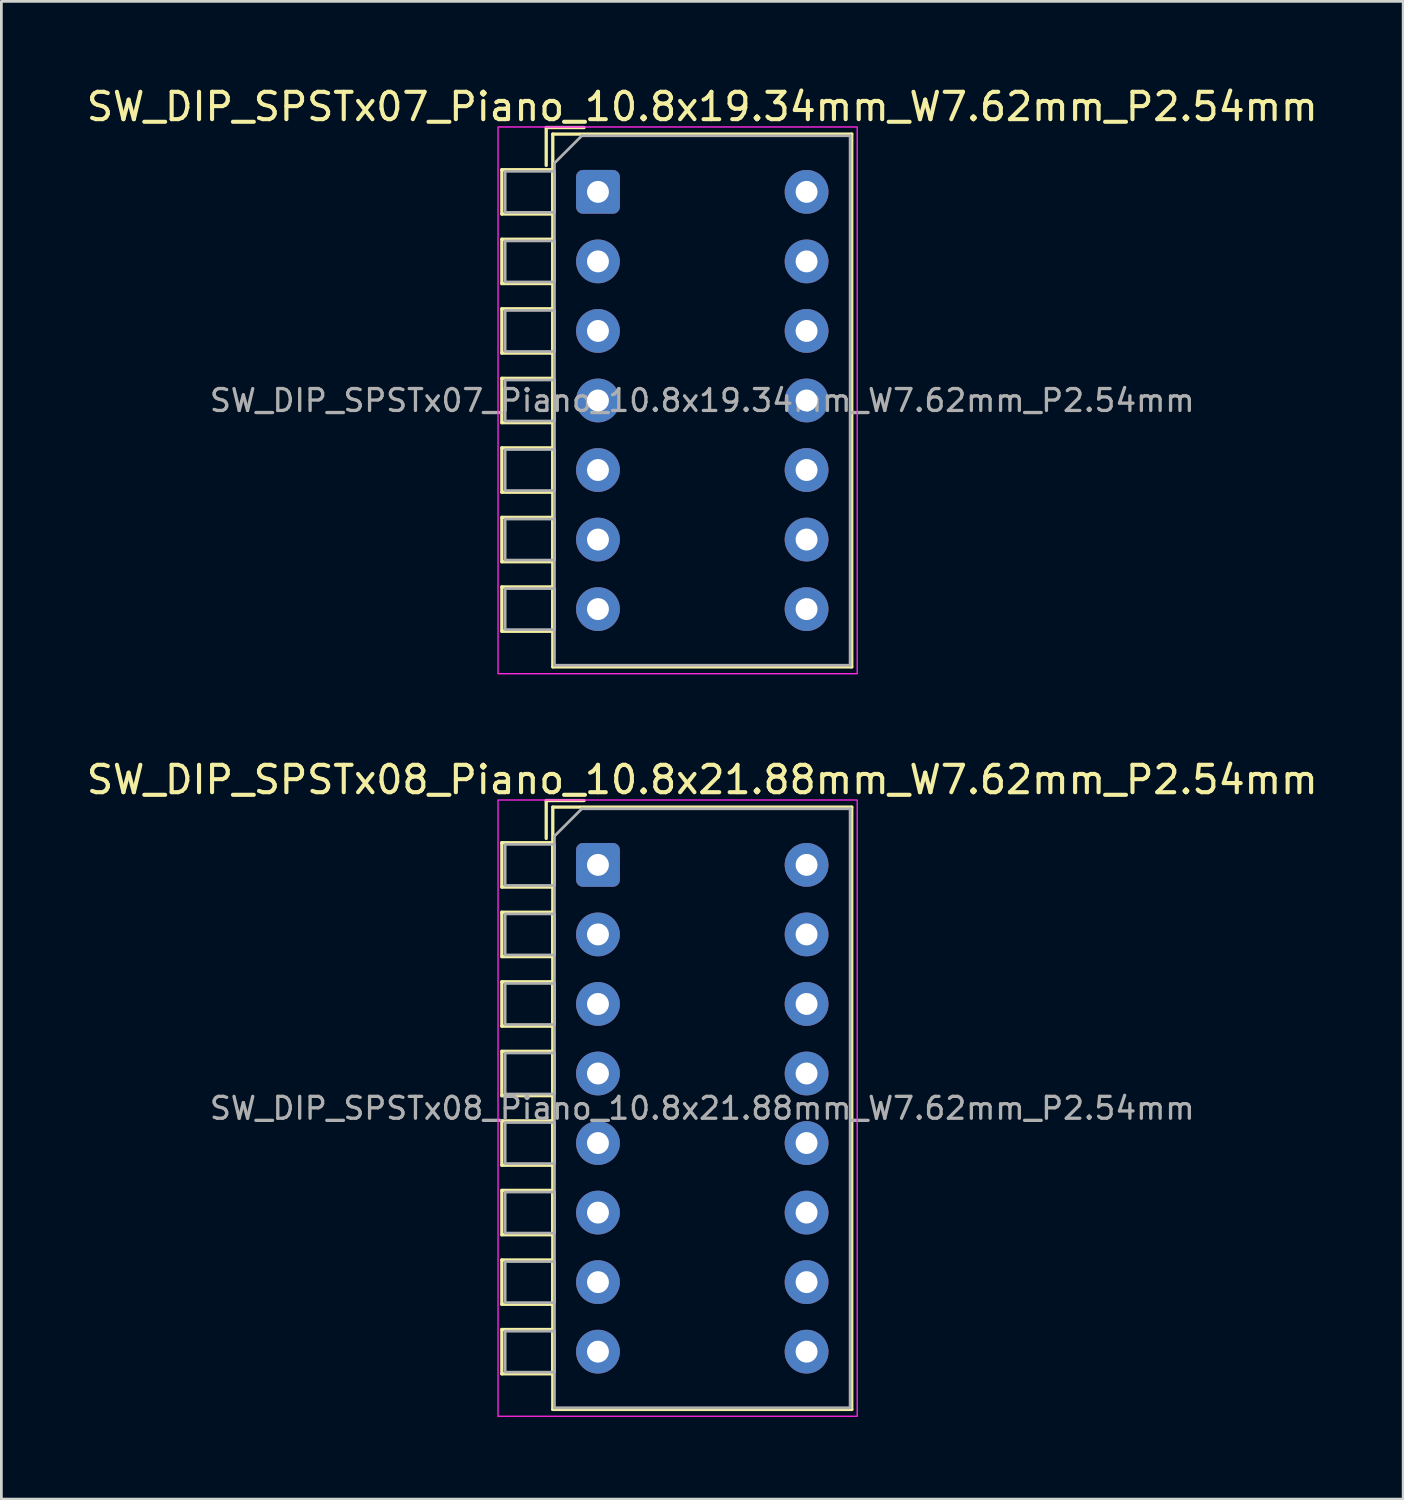
<source format=kicad_pcb>
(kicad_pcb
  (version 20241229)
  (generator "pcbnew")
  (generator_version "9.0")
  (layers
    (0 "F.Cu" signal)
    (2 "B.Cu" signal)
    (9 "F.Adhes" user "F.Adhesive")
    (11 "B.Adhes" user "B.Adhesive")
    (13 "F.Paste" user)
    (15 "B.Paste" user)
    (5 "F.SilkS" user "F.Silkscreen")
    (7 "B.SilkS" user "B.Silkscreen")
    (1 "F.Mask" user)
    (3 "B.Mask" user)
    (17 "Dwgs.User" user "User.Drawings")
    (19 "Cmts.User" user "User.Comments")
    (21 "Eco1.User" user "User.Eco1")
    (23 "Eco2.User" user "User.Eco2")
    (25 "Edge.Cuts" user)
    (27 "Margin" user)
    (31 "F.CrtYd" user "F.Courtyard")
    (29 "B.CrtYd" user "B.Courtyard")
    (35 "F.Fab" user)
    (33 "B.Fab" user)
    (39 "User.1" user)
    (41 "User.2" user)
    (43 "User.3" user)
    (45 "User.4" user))
  (footprint "SW_DIP_SPSTx08_Piano_10.8x21.88mm_W7.62mm_P2.54mm"
    (layer "F.Cu")
    (at 18.791 28.541)
    (property "Reference" "SW_DIP_SPSTx08_Piano_10.8x21.88mm_W7.62mm_P2.54mm" (at 3.81 -3.11 0) (layer "F.SilkS") (effects (font (size 1 1) (thickness 0.15))))
    (attr through_hole)
    (fp_line (start -3.51 -0.81) (end -3.51 0.81) (stroke (width 0.12) (type solid)) (layer "F.SilkS"))
    (fp_line (start -3.51 -0.81) (end -1.65 -0.81) (stroke (width 0.12) (type solid)) (layer "F.SilkS"))
    (fp_line (start -3.51 0.81) (end -1.65 0.81) (stroke (width 0.12) (type solid)) (layer "F.SilkS"))
    (fp_line (start -3.51 1.73) (end -3.51 3.35) (stroke (width 0.12) (type solid)) (layer "F.SilkS"))
    (fp_line (start -3.51 1.73) (end -1.65 1.73) (stroke (width 0.12) (type solid)) (layer "F.SilkS"))
    (fp_line (start -3.51 3.35) (end -1.65 3.35) (stroke (width 0.12) (type solid)) (layer "F.SilkS"))
    (fp_line (start -3.51 4.27) (end -3.51 5.89) (stroke (width 0.12) (type solid)) (layer "F.SilkS"))
    (fp_line (start -3.51 4.27) (end -1.65 4.27) (stroke (width 0.12) (type solid)) (layer "F.SilkS"))
    (fp_line (start -3.51 5.89) (end -1.65 5.89) (stroke (width 0.12) (type solid)) (layer "F.SilkS"))
    (fp_line (start -3.51 6.81) (end -3.51 8.43) (stroke (width 0.12) (type solid)) (layer "F.SilkS"))
    (fp_line (start -3.51 6.81) (end -1.65 6.81) (stroke (width 0.12) (type solid)) (layer "F.SilkS"))
    (fp_line (start -3.51 8.43) (end -1.65 8.43) (stroke (width 0.12) (type solid)) (layer "F.SilkS"))
    (fp_line (start -3.51 9.35) (end -3.51 10.97) (stroke (width 0.12) (type solid)) (layer "F.SilkS"))
    (fp_line (start -3.51 9.35) (end -1.65 9.35) (stroke (width 0.12) (type solid)) (layer "F.SilkS"))
    (fp_line (start -3.51 10.97) (end -1.65 10.97) (stroke (width 0.12) (type solid)) (layer "F.SilkS"))
    (fp_line (start -3.51 11.89) (end -3.51 13.51) (stroke (width 0.12) (type solid)) (layer "F.SilkS"))
    (fp_line (start -3.51 11.89) (end -1.65 11.89) (stroke (width 0.12) (type solid)) (layer "F.SilkS"))
    (fp_line (start -3.51 13.51) (end -1.65 13.51) (stroke (width 0.12) (type solid)) (layer "F.SilkS"))
    (fp_line (start -3.51 14.43) (end -3.51 16.05) (stroke (width 0.12) (type solid)) (layer "F.SilkS"))
    (fp_line (start -3.51 14.43) (end -1.65 14.43) (stroke (width 0.12) (type solid)) (layer "F.SilkS"))
    (fp_line (start -3.51 16.05) (end -1.65 16.05) (stroke (width 0.12) (type solid)) (layer "F.SilkS"))
    (fp_line (start -3.51 16.97) (end -3.51 18.59) (stroke (width 0.12) (type solid)) (layer "F.SilkS"))
    (fp_line (start -3.51 16.97) (end -1.65 16.97) (stroke (width 0.12) (type solid)) (layer "F.SilkS"))
    (fp_line (start -3.51 18.59) (end -1.65 18.59) (stroke (width 0.12) (type solid)) (layer "F.SilkS"))
    (fp_line (start -1.89 -2.35) (end -1.89 -0.967) (stroke (width 0.12) (type solid)) (layer "F.SilkS"))
    (fp_line (start -1.89 -2.35) (end -0.507 -2.35) (stroke (width 0.12) (type solid)) (layer "F.SilkS"))
    (fp_line (start -1.65 -2.11) (end -1.65 19.89) (stroke (width 0.12) (type solid)) (layer "F.SilkS"))
    (fp_line (start -1.65 -2.11) (end 9.27 -2.11) (stroke (width 0.12) (type solid)) (layer "F.SilkS"))
    (fp_line (start -1.65 -0.81) (end -1.65 0.81) (stroke (width 0.12) (type solid)) (layer "F.SilkS"))
    (fp_line (start -1.65 1.73) (end -1.65 3.35) (stroke (width 0.12) (type solid)) (layer "F.SilkS"))
    (fp_line (start -1.65 4.27) (end -1.65 5.89) (stroke (width 0.12) (type solid)) (layer "F.SilkS"))
    (fp_line (start -1.65 6.81) (end -1.65 8.43) (stroke (width 0.12) (type solid)) (layer "F.SilkS"))
    (fp_line (start -1.65 9.35) (end -1.65 10.97) (stroke (width 0.12) (type solid)) (layer "F.SilkS"))
    (fp_line (start -1.65 11.89) (end -1.65 13.51) (stroke (width 0.12) (type solid)) (layer "F.SilkS"))
    (fp_line (start -1.65 14.43) (end -1.65 16.05) (stroke (width 0.12) (type solid)) (layer "F.SilkS"))
    (fp_line (start -1.65 16.97) (end -1.65 18.59) (stroke (width 0.12) (type solid)) (layer "F.SilkS"))
    (fp_line (start -1.65 19.89) (end 9.27 19.89) (stroke (width 0.12) (type solid)) (layer "F.SilkS"))
    (fp_line (start 9.27 -2.11) (end 9.27 19.89) (stroke (width 0.12) (type solid)) (layer "F.SilkS"))
    (fp_rect (start -3.65 -2.37) (end 9.47 20.14) (stroke (width 0.05) (type solid)) (fill no) (layer "F.CrtYd"))
    (fp_line (start -1.59 -1.05) (end -0.59 -2.05) (stroke (width 0.1) (type solid)) (layer "F.Fab"))
    (fp_line (start -1.59 19.83) (end -1.59 -1.05) (stroke (width 0.1) (type solid)) (layer "F.Fab"))
    (fp_line (start -0.59 -2.05) (end 9.21 -2.05) (stroke (width 0.1) (type solid)) (layer "F.Fab"))
    (fp_line (start 9.21 -2.05) (end 9.21 19.83) (stroke (width 0.1) (type solid)) (layer "F.Fab"))
    (fp_line (start 9.21 19.83) (end -1.59 19.83) (stroke (width 0.1) (type solid)) (layer "F.Fab"))
    (fp_rect (start -1.59 -0.75) (end -3.39 0.75) (stroke (width 0.1) (type solid)) (fill no) (layer "F.Fab"))
    (fp_rect (start -1.59 1.79) (end -3.39 3.29) (stroke (width 0.1) (type solid)) (fill no) (layer "F.Fab"))
    (fp_rect (start -1.59 4.33) (end -3.39 5.83) (stroke (width 0.1) (type solid)) (fill no) (layer "F.Fab"))
    (fp_rect (start -1.59 6.87) (end -3.39 8.37) (stroke (width 0.1) (type solid)) (fill no) (layer "F.Fab"))
    (fp_rect (start -1.59 9.41) (end -3.39 10.91) (stroke (width 0.1) (type solid)) (fill no) (layer "F.Fab"))
    (fp_rect (start -1.59 11.95) (end -3.39 13.45) (stroke (width 0.1) (type solid)) (fill no) (layer "F.Fab"))
    (fp_rect (start -1.59 14.49) (end -3.39 15.99) (stroke (width 0.1) (type solid)) (fill no) (layer "F.Fab"))
    (fp_rect (start -1.59 17.03) (end -3.39 18.53) (stroke (width 0.1) (type solid)) (fill no) (layer "F.Fab"))
    (fp_text user "${REFERENCE}" (at 3.81 8.89 0) (layer "F.Fab") (effects (font (size 0.8 0.8) (thickness 0.12))))
    (pad "1" thru_hole roundrect (at 0 0) (size 1.6 1.6) (drill 0.8) (layers "*.Cu" "*.Mask") (roundrect_rratio 0.156))
    (pad "2" thru_hole circle (at 0 2.54) (size 1.6 1.6) (drill 0.8) (layers "*.Cu" "*.Mask"))
    (pad "3" thru_hole circle (at 0 5.08) (size 1.6 1.6) (drill 0.8) (layers "*.Cu" "*.Mask"))
    (pad "4" thru_hole circle (at 0 7.62) (size 1.6 1.6) (drill 0.8) (layers "*.Cu" "*.Mask"))
    (pad "5" thru_hole circle (at 0 10.16) (size 1.6 1.6) (drill 0.8) (layers "*.Cu" "*.Mask"))
    (pad "6" thru_hole circle (at 0 12.7) (size 1.6 1.6) (drill 0.8) (layers "*.Cu" "*.Mask"))
    (pad "7" thru_hole circle (at 0 15.24) (size 1.6 1.6) (drill 0.8) (layers "*.Cu" "*.Mask"))
    (pad "8" thru_hole circle (at 0 17.78) (size 1.6 1.6) (drill 0.8) (layers "*.Cu" "*.Mask"))
    (pad "9" thru_hole circle (at 7.62 17.78) (size 1.6 1.6) (drill 0.8) (layers "*.Cu" "*.Mask"))
    (pad "10" thru_hole circle (at 7.62 15.24) (size 1.6 1.6) (drill 0.8) (layers "*.Cu" "*.Mask"))
    (pad "11" thru_hole circle (at 7.62 12.7) (size 1.6 1.6) (drill 0.8) (layers "*.Cu" "*.Mask"))
    (pad "12" thru_hole circle (at 7.62 10.16) (size 1.6 1.6) (drill 0.8) (layers "*.Cu" "*.Mask"))
    (pad "13" thru_hole circle (at 7.62 7.62) (size 1.6 1.6) (drill 0.8) (layers "*.Cu" "*.Mask"))
    (pad "14" thru_hole circle (at 7.62 5.08) (size 1.6 1.6) (drill 0.8) (layers "*.Cu" "*.Mask"))
    (pad "15" thru_hole circle (at 7.62 2.54) (size 1.6 1.6) (drill 0.8) (layers "*.Cu" "*.Mask"))
    (pad "16" thru_hole circle (at 7.62 0) (size 1.6 1.6) (drill 0.8) (layers "*.Cu" "*.Mask")))
  (footprint "SW_DIP_SPSTx07_Piano_10.8x19.34mm_W7.62mm_P2.54mm"
    (layer "F.Cu")
    (at 18.791 3.958)
    (property "Reference" "SW_DIP_SPSTx07_Piano_10.8x19.34mm_W7.62mm_P2.54mm" (at 3.81 -3.11 0) (layer "F.SilkS") (effects (font (size 1 1) (thickness 0.15))))
    (attr through_hole)
    (fp_line (start -3.51 -0.81) (end -3.51 0.81) (stroke (width 0.12) (type solid)) (layer "F.SilkS"))
    (fp_line (start -3.51 -0.81) (end -1.65 -0.81) (stroke (width 0.12) (type solid)) (layer "F.SilkS"))
    (fp_line (start -3.51 0.81) (end -1.65 0.81) (stroke (width 0.12) (type solid)) (layer "F.SilkS"))
    (fp_line (start -3.51 1.73) (end -3.51 3.35) (stroke (width 0.12) (type solid)) (layer "F.SilkS"))
    (fp_line (start -3.51 1.73) (end -1.65 1.73) (stroke (width 0.12) (type solid)) (layer "F.SilkS"))
    (fp_line (start -3.51 3.35) (end -1.65 3.35) (stroke (width 0.12) (type solid)) (layer "F.SilkS"))
    (fp_line (start -3.51 4.27) (end -3.51 5.89) (stroke (width 0.12) (type solid)) (layer "F.SilkS"))
    (fp_line (start -3.51 4.27) (end -1.65 4.27) (stroke (width 0.12) (type solid)) (layer "F.SilkS"))
    (fp_line (start -3.51 5.89) (end -1.65 5.89) (stroke (width 0.12) (type solid)) (layer "F.SilkS"))
    (fp_line (start -3.51 6.81) (end -3.51 8.43) (stroke (width 0.12) (type solid)) (layer "F.SilkS"))
    (fp_line (start -3.51 6.81) (end -1.65 6.81) (stroke (width 0.12) (type solid)) (layer "F.SilkS"))
    (fp_line (start -3.51 8.43) (end -1.65 8.43) (stroke (width 0.12) (type solid)) (layer "F.SilkS"))
    (fp_line (start -3.51 9.35) (end -3.51 10.97) (stroke (width 0.12) (type solid)) (layer "F.SilkS"))
    (fp_line (start -3.51 9.35) (end -1.65 9.35) (stroke (width 0.12) (type solid)) (layer "F.SilkS"))
    (fp_line (start -3.51 10.97) (end -1.65 10.97) (stroke (width 0.12) (type solid)) (layer "F.SilkS"))
    (fp_line (start -3.51 11.89) (end -3.51 13.51) (stroke (width 0.12) (type solid)) (layer "F.SilkS"))
    (fp_line (start -3.51 11.89) (end -1.65 11.89) (stroke (width 0.12) (type solid)) (layer "F.SilkS"))
    (fp_line (start -3.51 13.51) (end -1.65 13.51) (stroke (width 0.12) (type solid)) (layer "F.SilkS"))
    (fp_line (start -3.51 14.43) (end -3.51 16.05) (stroke (width 0.12) (type solid)) (layer "F.SilkS"))
    (fp_line (start -3.51 14.43) (end -1.65 14.43) (stroke (width 0.12) (type solid)) (layer "F.SilkS"))
    (fp_line (start -3.51 16.05) (end -1.65 16.05) (stroke (width 0.12) (type solid)) (layer "F.SilkS"))
    (fp_line (start -1.89 -2.35) (end -1.89 -0.967) (stroke (width 0.12) (type solid)) (layer "F.SilkS"))
    (fp_line (start -1.89 -2.35) (end -0.507 -2.35) (stroke (width 0.12) (type solid)) (layer "F.SilkS"))
    (fp_line (start -1.65 -2.11) (end -1.65 17.35) (stroke (width 0.12) (type solid)) (layer "F.SilkS"))
    (fp_line (start -1.65 -2.11) (end 9.27 -2.11) (stroke (width 0.12) (type solid)) (layer "F.SilkS"))
    (fp_line (start -1.65 -0.81) (end -1.65 0.81) (stroke (width 0.12) (type solid)) (layer "F.SilkS"))
    (fp_line (start -1.65 1.73) (end -1.65 3.35) (stroke (width 0.12) (type solid)) (layer "F.SilkS"))
    (fp_line (start -1.65 4.27) (end -1.65 5.89) (stroke (width 0.12) (type solid)) (layer "F.SilkS"))
    (fp_line (start -1.65 6.81) (end -1.65 8.43) (stroke (width 0.12) (type solid)) (layer "F.SilkS"))
    (fp_line (start -1.65 9.35) (end -1.65 10.97) (stroke (width 0.12) (type solid)) (layer "F.SilkS"))
    (fp_line (start -1.65 11.89) (end -1.65 13.51) (stroke (width 0.12) (type solid)) (layer "F.SilkS"))
    (fp_line (start -1.65 14.43) (end -1.65 16.05) (stroke (width 0.12) (type solid)) (layer "F.SilkS"))
    (fp_line (start -1.65 17.35) (end 9.27 17.35) (stroke (width 0.12) (type solid)) (layer "F.SilkS"))
    (fp_line (start 9.27 -2.11) (end 9.27 17.35) (stroke (width 0.12) (type solid)) (layer "F.SilkS"))
    (fp_rect (start -3.65 -2.37) (end 9.47 17.6) (stroke (width 0.05) (type solid)) (fill no) (layer "F.CrtYd"))
    (fp_line (start -1.59 -1.05) (end -0.59 -2.05) (stroke (width 0.1) (type solid)) (layer "F.Fab"))
    (fp_line (start -1.59 17.29) (end -1.59 -1.05) (stroke (width 0.1) (type solid)) (layer "F.Fab"))
    (fp_line (start -0.59 -2.05) (end 9.21 -2.05) (stroke (width 0.1) (type solid)) (layer "F.Fab"))
    (fp_line (start 9.21 -2.05) (end 9.21 17.29) (stroke (width 0.1) (type solid)) (layer "F.Fab"))
    (fp_line (start 9.21 17.29) (end -1.59 17.29) (stroke (width 0.1) (type solid)) (layer "F.Fab"))
    (fp_rect (start -1.59 -0.75) (end -3.39 0.75) (stroke (width 0.1) (type solid)) (fill no) (layer "F.Fab"))
    (fp_rect (start -1.59 1.79) (end -3.39 3.29) (stroke (width 0.1) (type solid)) (fill no) (layer "F.Fab"))
    (fp_rect (start -1.59 4.33) (end -3.39 5.83) (stroke (width 0.1) (type solid)) (fill no) (layer "F.Fab"))
    (fp_rect (start -1.59 6.87) (end -3.39 8.37) (stroke (width 0.1) (type solid)) (fill no) (layer "F.Fab"))
    (fp_rect (start -1.59 9.41) (end -3.39 10.91) (stroke (width 0.1) (type solid)) (fill no) (layer "F.Fab"))
    (fp_rect (start -1.59 11.95) (end -3.39 13.45) (stroke (width 0.1) (type solid)) (fill no) (layer "F.Fab"))
    (fp_rect (start -1.59 14.49) (end -3.39 15.99) (stroke (width 0.1) (type solid)) (fill no) (layer "F.Fab"))
    (fp_text user "${REFERENCE}" (at 3.81 7.62 0) (layer "F.Fab") (effects (font (size 0.8 0.8) (thickness 0.12))))
    (pad "1" thru_hole roundrect (at 0 0) (size 1.6 1.6) (drill 0.8) (layers "*.Cu" "*.Mask") (roundrect_rratio 0.156))
    (pad "2" thru_hole circle (at 0 2.54) (size 1.6 1.6) (drill 0.8) (layers "*.Cu" "*.Mask"))
    (pad "3" thru_hole circle (at 0 5.08) (size 1.6 1.6) (drill 0.8) (layers "*.Cu" "*.Mask"))
    (pad "4" thru_hole circle (at 0 7.62) (size 1.6 1.6) (drill 0.8) (layers "*.Cu" "*.Mask"))
    (pad "5" thru_hole circle (at 0 10.16) (size 1.6 1.6) (drill 0.8) (layers "*.Cu" "*.Mask"))
    (pad "6" thru_hole circle (at 0 12.7) (size 1.6 1.6) (drill 0.8) (layers "*.Cu" "*.Mask"))
    (pad "7" thru_hole circle (at 0 15.24) (size 1.6 1.6) (drill 0.8) (layers "*.Cu" "*.Mask"))
    (pad "8" thru_hole circle (at 7.62 15.24) (size 1.6 1.6) (drill 0.8) (layers "*.Cu" "*.Mask"))
    (pad "9" thru_hole circle (at 7.62 12.7) (size 1.6 1.6) (drill 0.8) (layers "*.Cu" "*.Mask"))
    (pad "10" thru_hole circle (at 7.62 10.16) (size 1.6 1.6) (drill 0.8) (layers "*.Cu" "*.Mask"))
    (pad "11" thru_hole circle (at 7.62 7.62) (size 1.6 1.6) (drill 0.8) (layers "*.Cu" "*.Mask"))
    (pad "12" thru_hole circle (at 7.62 5.08) (size 1.6 1.6) (drill 0.8) (layers "*.Cu" "*.Mask"))
    (pad "13" thru_hole circle (at 7.62 2.54) (size 1.6 1.6) (drill 0.8) (layers "*.Cu" "*.Mask"))
    (pad "14" thru_hole circle (at 7.62 0) (size 1.6 1.6) (drill 0.8) (layers "*.Cu" "*.Mask")))
  (gr_rect
    (start -3 -3)
    (end 48.202 51.706)
    (stroke (width 0.1) (type default))
    (fill no)
    (layer "Edge.Cuts")))
</source>
